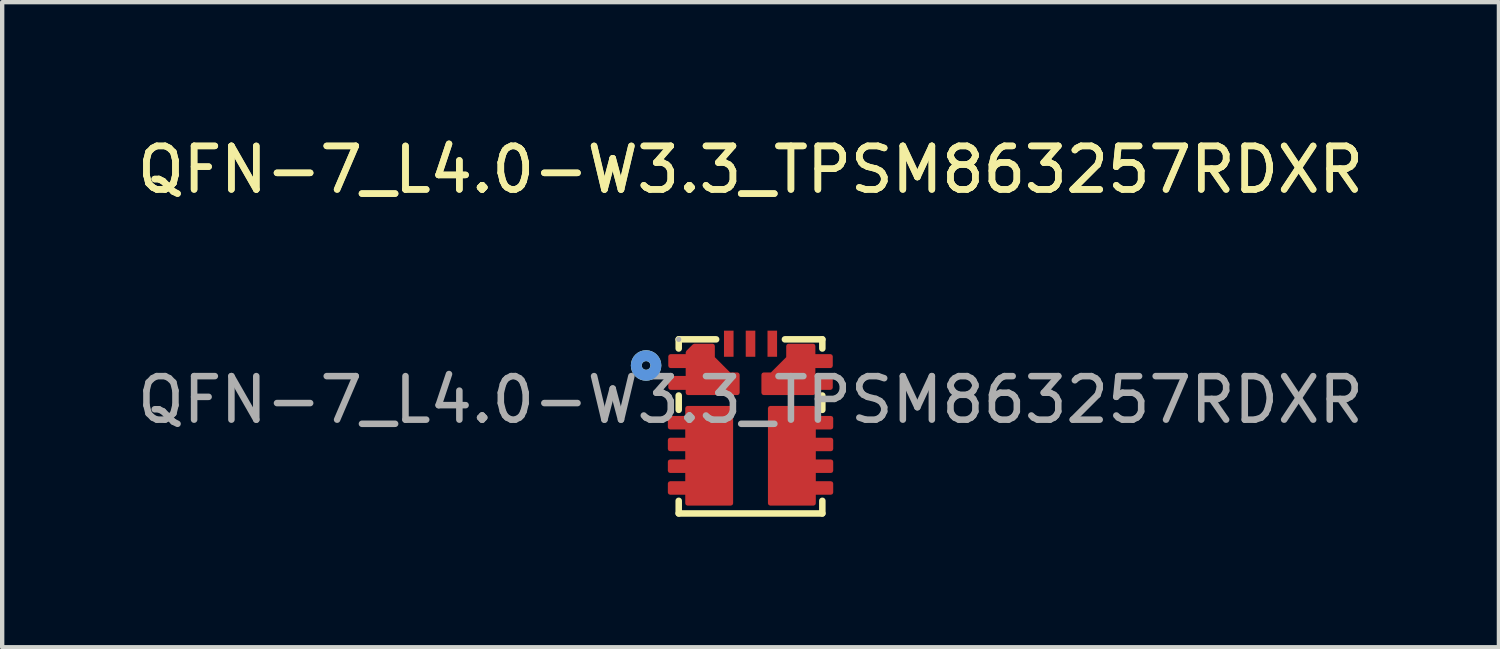
<source format=kicad_pcb>
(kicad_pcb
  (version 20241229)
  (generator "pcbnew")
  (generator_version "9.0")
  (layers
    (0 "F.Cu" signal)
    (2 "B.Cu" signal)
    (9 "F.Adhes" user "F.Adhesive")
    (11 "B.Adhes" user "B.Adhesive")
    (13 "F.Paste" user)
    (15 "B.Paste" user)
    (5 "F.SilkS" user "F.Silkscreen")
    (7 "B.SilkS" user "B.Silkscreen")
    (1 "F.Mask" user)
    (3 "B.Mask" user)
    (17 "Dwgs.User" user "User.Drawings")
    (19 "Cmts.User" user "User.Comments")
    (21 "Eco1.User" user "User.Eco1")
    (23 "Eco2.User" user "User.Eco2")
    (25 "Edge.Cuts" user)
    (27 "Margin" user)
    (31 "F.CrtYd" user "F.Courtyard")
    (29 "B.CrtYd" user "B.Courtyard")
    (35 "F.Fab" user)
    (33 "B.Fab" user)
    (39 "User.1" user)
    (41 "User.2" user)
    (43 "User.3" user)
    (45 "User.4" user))
  (footprint "QFN-7_L4.0-W3.3_TPSM863257RDXR"
    (layer "F.Cu")
    (at 14.196 6.138)
    (property "Reference" "QFN-7_L4.0-W3.3_TPSM863257RDXR" (at 0 -5.29 0) (layer "F.SilkS") (effects (font (size 1 1) (thickness 0.15))))
    (attr smd)
    (fp_line (start -1.65 -1.39) (end -1.65 -1.18) (stroke (width 0.15) (type solid)) (layer "F.SilkS"))
    (fp_line (start -1.65 0.23) (end -1.65 -0.1) (stroke (width 0.15) (type solid)) (layer "F.SilkS"))
    (fp_line (start -1.65 2.61) (end -1.65 2.32) (stroke (width 0.15) (type solid)) (layer "F.SilkS"))
    (fp_line (start -1.65 2.61) (end 1.65 2.61) (stroke (width 0.15) (type solid)) (layer "F.SilkS"))
    (fp_line (start -0.79 -1.39) (end -1.65 -1.39) (stroke (width 0.15) (type solid)) (layer "F.SilkS"))
    (fp_line (start 1.65 -1.39) (end 0.79 -1.39) (stroke (width 0.15) (type solid)) (layer "F.SilkS"))
    (fp_line (start 1.65 -1.18) (end 1.65 -1.39) (stroke (width 0.15) (type solid)) (layer "F.SilkS"))
    (fp_line (start 1.65 0.23) (end 1.65 -0.1) (stroke (width 0.15) (type solid)) (layer "F.SilkS"))
    (fp_line (start 1.65 2.61) (end 1.65 2.32) (stroke (width 0.15) (type solid)) (layer "F.SilkS"))
    (fp_circle (center -2.4 -0.79) (end -2.3 -0.79) (stroke (width 0.25) (type solid)) (fill no) (layer "F.SilkS"))
    (fp_circle (center -2.4 -0.79) (end -2.3 -0.79) (stroke (width 0.25) (type solid)) (fill no) (layer "Cmts.User"))
    (fp_circle (center -1.65 -1.39) (end -1.62 -1.39) (stroke (width 0.06) (type solid)) (fill no) (layer "F.Fab"))
    (fp_text user "${REFERENCE}" (at 0 -5.29 0) (layer "F.SilkS") (effects (font (size 1 1) (thickness 0.15))))
    (fp_text user "${REFERENCE}" (at 0 0 0) (layer "F.Fab") (effects (font (size 1 1) (thickness 0.15))))
    (pad "1" smd custom (at -0.97 -0.7) (size 0.01 0.01) (layers "F.Cu" "F.Mask" "F.Paste") (options (anchor circle)) (primitives (gr_poly (pts (xy 0.1 -0.26) (xy 0.1 -0.54) (xy -0.32 -0.54) (xy -0.47 -0.39) (xy -0.47 -0.3) (xy -0.87 -0.3) (xy -0.87 -0.08) (xy -0.68 -0.08) (xy -0.47 -0.08) (xy -0.47 0.2) (xy -0.68 0.2) (xy -0.87 0.2) (xy -0.87 0.42) (xy -0.68 0.42) (xy -0.47 0.42) (xy -0.47 0.54) (xy 0.67 0.54) (xy 0.67 0.12) (xy 0.48 0.12) (xy 0.1 -0.26)) (width 0.1) (fill yes))))
    (pad "2" smd custom (at -1.05 1.29) (size 0.01 0.01) (layers "F.Cu" "F.Mask" "F.Paste") (options (anchor circle)) (primitives (gr_poly (pts (xy 0.6 1.09) (xy 0.6 -1.1) (xy -0.4 -1.1) (xy -0.4 -0.87) (xy -0.8 -0.87) (xy -0.8 -0.66) (xy -0.4 -0.66) (xy -0.4 -0.37) (xy -0.8 -0.37) (xy -0.8 -0.16) (xy -0.4 -0.16) (xy -0.4 0.13) (xy -0.8 0.13) (xy -0.8 0.34) (xy -0.4 0.34) (xy -0.4 0.63) (xy -0.8 0.63) (xy -0.8 0.84) (xy -0.4 0.84) (xy -0.4 1.09) (xy 0.6 1.09)) (width 0.1) (fill yes))))
    (pad "3" smd custom (at 1.05 1.29) (size 0.01 0.01) (layers "F.Cu" "F.Mask" "F.Paste") (options (anchor circle)) (primitives (gr_poly (pts (xy 0.4 -0.87) (xy 0.4 -1.1) (xy -0.6 -1.1) (xy -0.6 1.09) (xy 0.4 1.09) (xy 0.4 0.84) (xy 0.8 0.84) (xy 0.8 0.63) (xy 0.4 0.63) (xy 0.4 0.34) (xy 0.8 0.34) (xy 0.8 0.13) (xy 0.4 0.13) (xy 0.4 -0.16) (xy 0.8 -0.16) (xy 0.8 -0.37) (xy 0.4 -0.37) (xy 0.4 -0.66) (xy 0.8 -0.66) (xy 0.8 -0.87) (xy 0.4 -0.87)) (width 0.1) (fill yes))))
    (pad "4" smd custom (at 0.98 -0.7) (size 0.01 0.01) (layers "F.Cu" "F.Mask" "F.Paste") (options (anchor circle)) (primitives (gr_poly (pts (xy -0.11 -0.54) (xy -0.11 -0.26) (xy -0.49 0.12) (xy -0.68 0.12) (xy -0.68 0.54) (xy 0.46 0.54) (xy 0.46 0.42) (xy 0.86 0.42) (xy 0.86 0.2) (xy 0.46 0.2) (xy 0.46 -0.08) (xy 0.86 -0.08) (xy 0.86 -0.3) (xy 0.46 -0.3) (xy 0.46 -0.54) (xy -0.11 -0.54)) (width 0.1) (fill yes))))
    (pad "5" smd rect (at 0.5 -1.29) (size 0.22 0.6) (layers "F.Cu" "F.Mask" "F.Paste"))
    (pad "6" smd rect (at 0 -1.29) (size 0.22 0.6) (layers "F.Cu" "F.Mask" "F.Paste"))
    (pad "7" smd rect (at -0.5 -1.29) (size 0.22 0.6) (layers "F.Cu" "F.Mask" "F.Paste")))
  (gr_rect
    (start -3 -3)
    (end 31.393 11.823)
    (stroke (width 0.1) (type default))
    (fill no)
    (layer "Edge.Cuts")))
</source>
